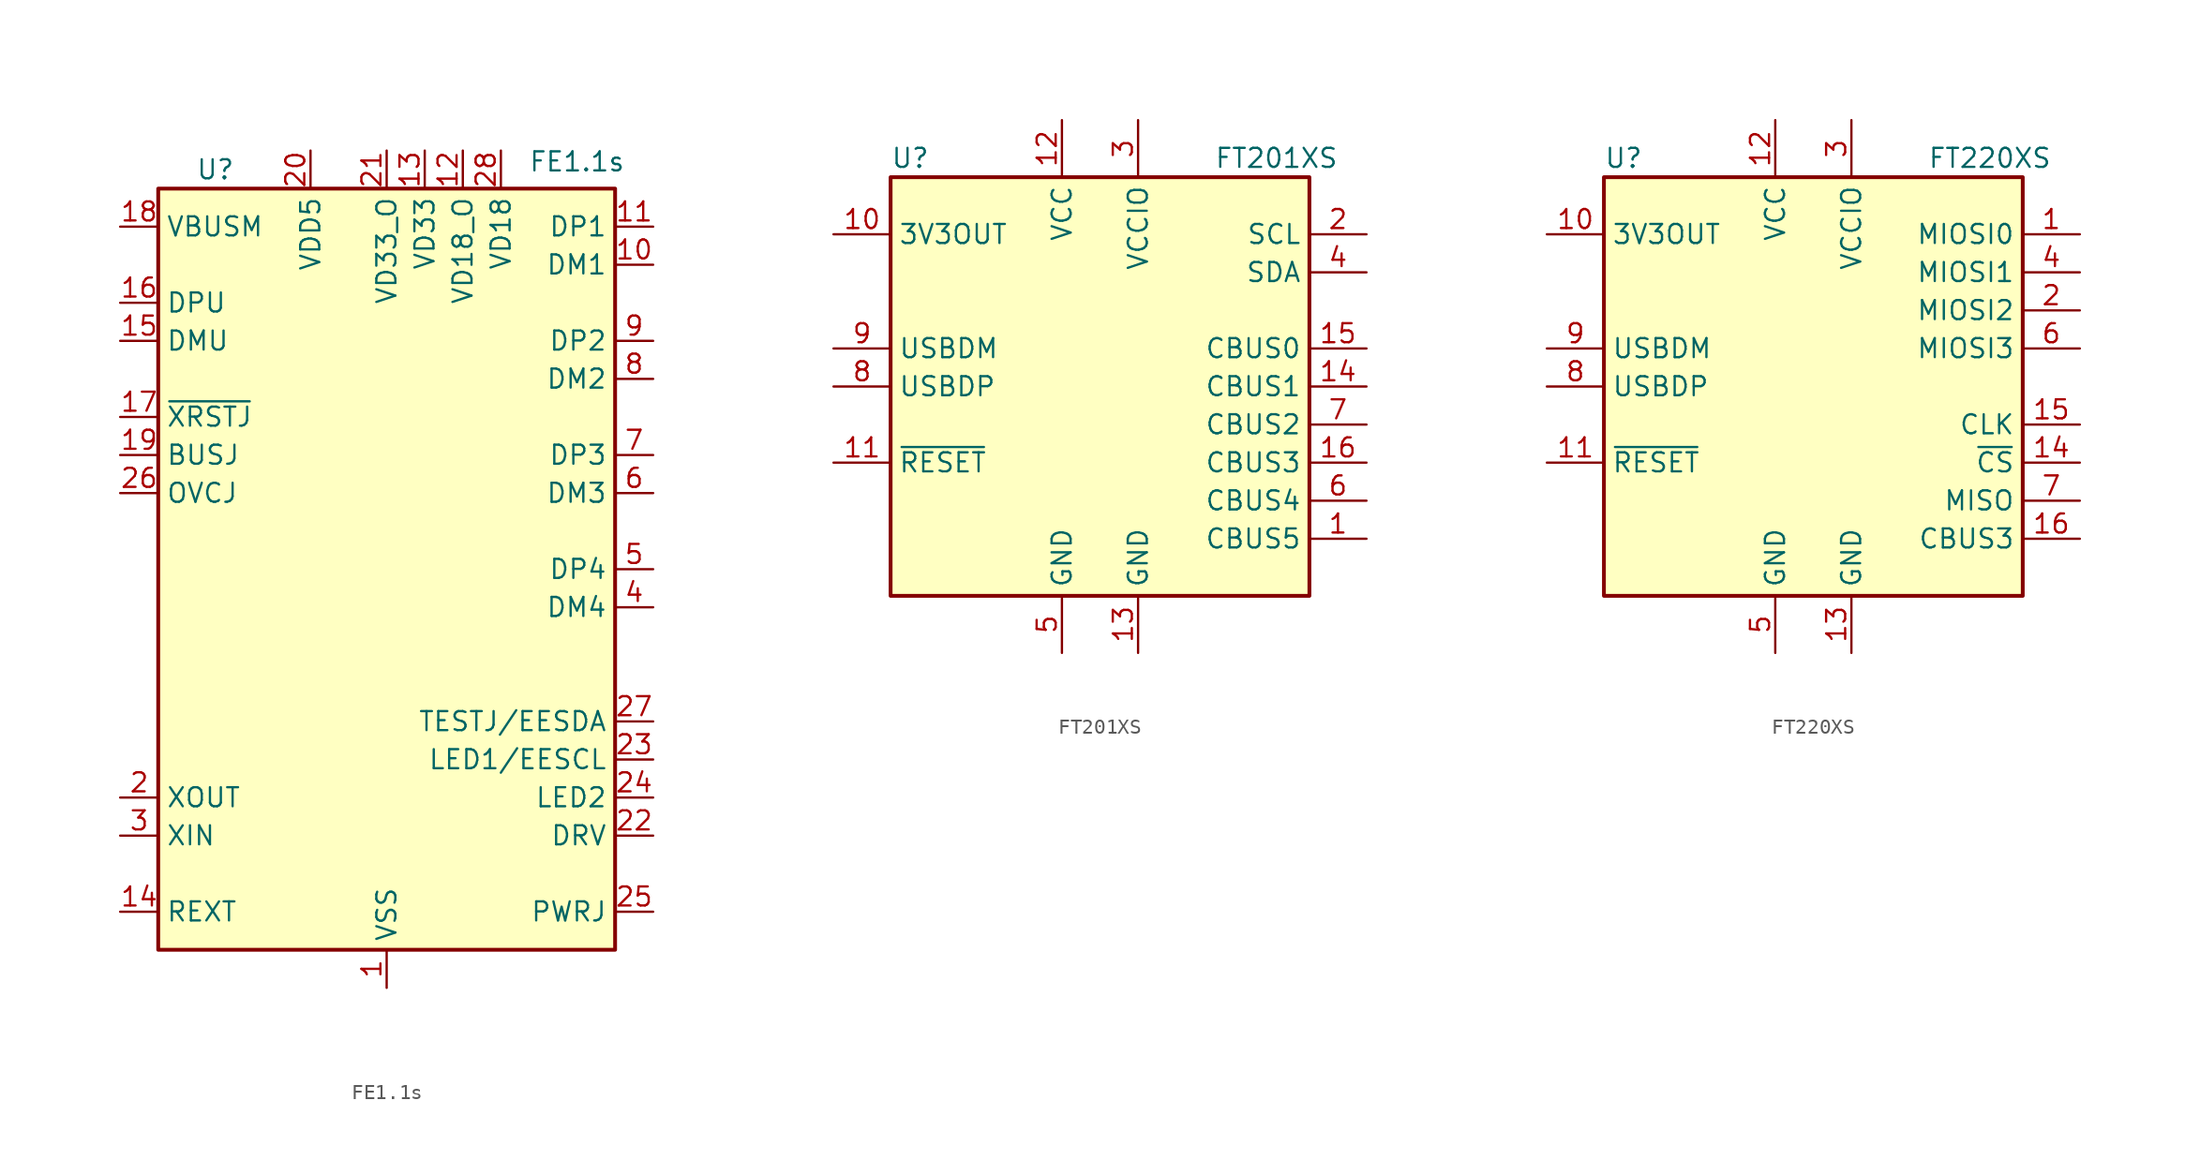
<source format=kicad_sym>
(kicad_symbol_lib
  (version 20201005)
  (generator kicad_symbol_editor)
  (symbol "FE1.1s"
    (property "Reference" "U"
      (at -11.43 26.67 0)
      (effects (font (size 1.27 1.27))))
    (property "Value" "FE1.1s"
      (at 12.7 27.94 0)
      (effects (font (size 1.27 1.27)) (justify top)))
    (symbol "FE1.1s_0_1"
      (rectangle (start -15.24 25.4) (end 15.24 -25.4) (stroke (width 0.254)) (fill (type background))))
    (symbol "FE1.1s_1_1"
      (pin power_in line (at 0 -27.94 90) (length 2.54) (name "VSS" (effects (font (size 1.27 1.27)))) (number "1" (effects (font (size 1.27 1.27)))))
      (pin bidirectional line (at 17.78 20.32 180) (length 2.54) (name "DM1" (effects (font (size 1.27 1.27)))) (number "10" (effects (font (size 1.27 1.27)))))
      (pin bidirectional line (at 17.78 22.86 180) (length 2.54) (name "DP1" (effects (font (size 1.27 1.27)))) (number "11" (effects (font (size 1.27 1.27)))))
      (pin power_out line (at 5.08 27.94 270) (length 2.54) (name "VD18_O" (effects (font (size 1.27 1.27)))) (number "12" (effects (font (size 1.27 1.27)))))
      (pin power_in line (at 2.54 27.94 270) (length 2.54) (name "VD33" (effects (font (size 1.27 1.27)))) (number "13" (effects (font (size 1.27 1.27)))))
      (pin passive line (at -17.78 -22.86 0) (length 2.54) (name "REXT" (effects (font (size 1.27 1.27)))) (number "14" (effects (font (size 1.27 1.27)))))
      (pin bidirectional line (at -17.78 15.24 0) (length 2.54) (name "DMU" (effects (font (size 1.27 1.27)))) (number "15" (effects (font (size 1.27 1.27)))))
      (pin bidirectional line (at -17.78 17.78 0) (length 2.54) (name "DPU" (effects (font (size 1.27 1.27)))) (number "16" (effects (font (size 1.27 1.27)))))
      (pin input line (at -17.78 10.16 0) (length 2.54) (name "~XRSTJ" (effects (font (size 1.27 1.27)))) (number "17" (effects (font (size 1.27 1.27)))))
      (pin input line (at -17.78 22.86 0) (length 2.54) (name "VBUSM" (effects (font (size 1.27 1.27)))) (number "18" (effects (font (size 1.27 1.27)))))
      (pin input line (at -17.78 7.62 0) (length 2.54) (name "BUSJ" (effects (font (size 1.27 1.27)))) (number "19" (effects (font (size 1.27 1.27)))))
      (pin output line (at -17.78 -15.24 0) (length 2.54) (name "XOUT" (effects (font (size 1.27 1.27)))) (number "2" (effects (font (size 1.27 1.27)))))
      (pin power_in line (at -5.08 27.94 270) (length 2.54) (name "VDD5" (effects (font (size 1.27 1.27)))) (number "20" (effects (font (size 1.27 1.27)))))
      (pin power_out line (at 0 27.94 270) (length 2.54) (name "VD33_O" (effects (font (size 1.27 1.27)))) (number "21" (effects (font (size 1.27 1.27)))))
      (pin bidirectional line (at 17.78 -17.78 180) (length 2.54) (name "DRV" (effects (font (size 1.27 1.27)))) (number "22" (effects (font (size 1.27 1.27)))))
      (pin bidirectional line (at 17.78 -12.7 180) (length 2.54) (name "LED1/EESCL" (effects (font (size 1.27 1.27)))) (number "23" (effects (font (size 1.27 1.27)))))
      (pin bidirectional line (at 17.78 -15.24 180) (length 2.54) (name "LED2" (effects (font (size 1.27 1.27)))) (number "24" (effects (font (size 1.27 1.27)))))
      (pin output line (at 17.78 -22.86 180) (length 2.54) (name "PWRJ" (effects (font (size 1.27 1.27)))) (number "25" (effects (font (size 1.27 1.27)))))
      (pin input line (at -17.78 5.08 0) (length 2.54) (name "OVCJ" (effects (font (size 1.27 1.27)))) (number "26" (effects (font (size 1.27 1.27)))))
      (pin bidirectional line (at 17.78 -10.16 180) (length 2.54) (name "TESTJ/EESDA" (effects (font (size 1.27 1.27)))) (number "27" (effects (font (size 1.27 1.27)))))
      (pin power_in line (at 7.62 27.94 270) (length 2.54) (name "VD18" (effects (font (size 1.27 1.27)))) (number "28" (effects (font (size 1.27 1.27)))))
      (pin input line (at -17.78 -17.78 0) (length 2.54) (name "XIN" (effects (font (size 1.27 1.27)))) (number "3" (effects (font (size 1.27 1.27)))))
      (pin bidirectional line (at 17.78 -2.54 180) (length 2.54) (name "DM4" (effects (font (size 1.27 1.27)))) (number "4" (effects (font (size 1.27 1.27)))))
      (pin bidirectional line (at 17.78 0 180) (length 2.54) (name "DP4" (effects (font (size 1.27 1.27)))) (number "5" (effects (font (size 1.27 1.27)))))
      (pin bidirectional line (at 17.78 5.08 180) (length 2.54) (name "DM3" (effects (font (size 1.27 1.27)))) (number "6" (effects (font (size 1.27 1.27)))))
      (pin bidirectional line (at 17.78 7.62 180) (length 2.54) (name "DP3" (effects (font (size 1.27 1.27)))) (number "7" (effects (font (size 1.27 1.27)))))
      (pin bidirectional line (at 17.78 12.7 180) (length 2.54) (name "DM2" (effects (font (size 1.27 1.27)))) (number "8" (effects (font (size 1.27 1.27)))))
      (pin bidirectional line (at 17.78 15.24 180) (length 2.54) (name "DP2" (effects (font (size 1.27 1.27)))) (number "9" (effects (font (size 1.27 1.27)))))))
  (symbol "FT201XS"
    (property "Reference" "U"
      (at -13.97 15.24 0)
      (effects (font (size 1.27 1.27)) (justify left)))
    (property "Value" "FT201XS"
      (at 7.62 15.24 0)
      (effects (font (size 1.27 1.27)) (justify left)))
    (symbol "FT201XS_0_1"
      (rectangle (start -13.97 13.97) (end 13.97 -13.97) (stroke (width 0.254)) (fill (type background))))
    (symbol "FT201XS_1_1"
      (pin bidirectional line (at 17.78 -10.16 180) (length 3.81) (name "CBUS5" (effects (font (size 1.27 1.27)))) (number "1" (effects (font (size 1.27 1.27)))))
      (pin power_out line (at -17.78 10.16 0) (length 3.81) (name "3V3OUT" (effects (font (size 1.27 1.27)))) (number "10" (effects (font (size 1.27 1.27)))))
      (pin input line (at -17.78 -5.08 0) (length 3.81) (name "~RESET" (effects (font (size 1.27 1.27)))) (number "11" (effects (font (size 1.27 1.27)))))
      (pin power_in line (at -2.54 17.78 270) (length 3.81) (name "VCC" (effects (font (size 1.27 1.27)))) (number "12" (effects (font (size 1.27 1.27)))))
      (pin power_in line (at 2.54 -17.78 90) (length 3.81) (name "GND" (effects (font (size 1.27 1.27)))) (number "13" (effects (font (size 1.27 1.27)))))
      (pin bidirectional line (at 17.78 0 180) (length 3.81) (name "CBUS1" (effects (font (size 1.27 1.27)))) (number "14" (effects (font (size 1.27 1.27)))))
      (pin bidirectional line (at 17.78 2.54 180) (length 3.81) (name "CBUS0" (effects (font (size 1.27 1.27)))) (number "15" (effects (font (size 1.27 1.27)))))
      (pin bidirectional line (at 17.78 -5.08 180) (length 3.81) (name "CBUS3" (effects (font (size 1.27 1.27)))) (number "16" (effects (font (size 1.27 1.27)))))
      (pin input line (at 17.78 10.16 180) (length 3.81) (name "SCL" (effects (font (size 1.27 1.27)))) (number "2" (effects (font (size 1.27 1.27)))))
      (pin power_out line (at 2.54 17.78 270) (length 3.81) (name "VCCIO" (effects (font (size 1.27 1.27)))) (number "3" (effects (font (size 1.27 1.27)))))
      (pin bidirectional line (at 17.78 7.62 180) (length 3.81) (name "SDA" (effects (font (size 1.27 1.27)))) (number "4" (effects (font (size 1.27 1.27)))))
      (pin power_in line (at -2.54 -17.78 90) (length 3.81) (name "GND" (effects (font (size 1.27 1.27)))) (number "5" (effects (font (size 1.27 1.27)))))
      (pin bidirectional line (at 17.78 -7.62 180) (length 3.81) (name "CBUS4" (effects (font (size 1.27 1.27)))) (number "6" (effects (font (size 1.27 1.27)))))
      (pin bidirectional line (at 17.78 -2.54 180) (length 3.81) (name "CBUS2" (effects (font (size 1.27 1.27)))) (number "7" (effects (font (size 1.27 1.27)))))
      (pin bidirectional line (at -17.78 0 0) (length 3.81) (name "USBDP" (effects (font (size 1.27 1.27)))) (number "8" (effects (font (size 1.27 1.27)))))
      (pin bidirectional line (at -17.78 2.54 0) (length 3.81) (name "USBDM" (effects (font (size 1.27 1.27)))) (number "9" (effects (font (size 1.27 1.27)))))))
  (symbol "FT220XS"
    (property "Reference" "U"
      (at -13.97 15.24 0)
      (effects (font (size 1.27 1.27)) (justify left)))
    (property "Value" "FT220XS"
      (at 7.62 15.24 0)
      (effects (font (size 1.27 1.27)) (justify left)))
    (symbol "FT220XS_0_1"
      (rectangle (start -13.97 13.97) (end 13.97 -13.97) (stroke (width 0.254)) (fill (type background))))
    (symbol "FT220XS_1_1"
      (pin input line (at 17.78 10.16 180) (length 3.81) (name "MIOSI0" (effects (font (size 1.27 1.27)))) (number "1" (effects (font (size 1.27 1.27)))))
      (pin power_out line (at -17.78 10.16 0) (length 3.81) (name "3V3OUT" (effects (font (size 1.27 1.27)))) (number "10" (effects (font (size 1.27 1.27)))))
      (pin input line (at -17.78 -5.08 0) (length 3.81) (name "~RESET" (effects (font (size 1.27 1.27)))) (number "11" (effects (font (size 1.27 1.27)))))
      (pin power_in line (at -2.54 17.78 270) (length 3.81) (name "VCC" (effects (font (size 1.27 1.27)))) (number "12" (effects (font (size 1.27 1.27)))))
      (pin power_in line (at 2.54 -17.78 90) (length 3.81) (name "GND" (effects (font (size 1.27 1.27)))) (number "13" (effects (font (size 1.27 1.27)))))
      (pin input line (at 17.78 -5.08 180) (length 3.81) (name "~CS" (effects (font (size 1.27 1.27)))) (number "14" (effects (font (size 1.27 1.27)))))
      (pin input line (at 17.78 -2.54 180) (length 3.81) (name "CLK" (effects (font (size 1.27 1.27)))) (number "15" (effects (font (size 1.27 1.27)))))
      (pin bidirectional line (at 17.78 -10.16 180) (length 3.81) (name "CBUS3" (effects (font (size 1.27 1.27)))) (number "16" (effects (font (size 1.27 1.27)))))
      (pin input line (at 17.78 5.08 180) (length 3.81) (name "MIOSI2" (effects (font (size 1.27 1.27)))) (number "2" (effects (font (size 1.27 1.27)))))
      (pin power_in line (at 2.54 17.78 270) (length 3.81) (name "VCCIO" (effects (font (size 1.27 1.27)))) (number "3" (effects (font (size 1.27 1.27)))))
      (pin input line (at 17.78 7.62 180) (length 3.81) (name "MIOSI1" (effects (font (size 1.27 1.27)))) (number "4" (effects (font (size 1.27 1.27)))))
      (pin power_in line (at -2.54 -17.78 90) (length 3.81) (name "GND" (effects (font (size 1.27 1.27)))) (number "5" (effects (font (size 1.27 1.27)))))
      (pin input line (at 17.78 2.54 180) (length 3.81) (name "MIOSI3" (effects (font (size 1.27 1.27)))) (number "6" (effects (font (size 1.27 1.27)))))
      (pin input line (at 17.78 -7.62 180) (length 3.81) (name "MISO" (effects (font (size 1.27 1.27)))) (number "7" (effects (font (size 1.27 1.27)))))
      (pin bidirectional line (at -17.78 0 0) (length 3.81) (name "USBDP" (effects (font (size 1.27 1.27)))) (number "8" (effects (font (size 1.27 1.27)))))
      (pin bidirectional line (at -17.78 2.54 0) (length 3.81) (name "USBDM" (effects (font (size 1.27 1.27)))) (number "9" (effects (font (size 1.27 1.27))))))))
</source>
